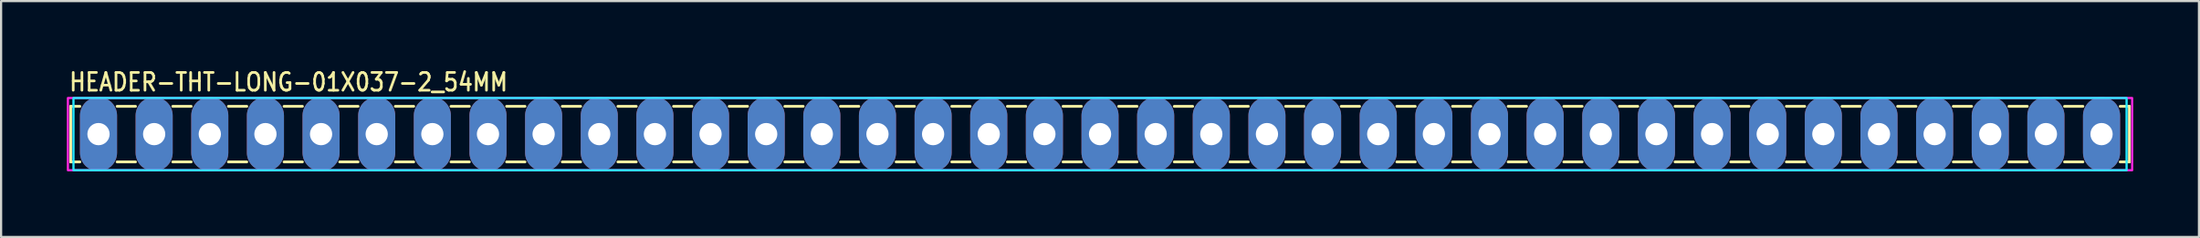
<source format=kicad_pcb>
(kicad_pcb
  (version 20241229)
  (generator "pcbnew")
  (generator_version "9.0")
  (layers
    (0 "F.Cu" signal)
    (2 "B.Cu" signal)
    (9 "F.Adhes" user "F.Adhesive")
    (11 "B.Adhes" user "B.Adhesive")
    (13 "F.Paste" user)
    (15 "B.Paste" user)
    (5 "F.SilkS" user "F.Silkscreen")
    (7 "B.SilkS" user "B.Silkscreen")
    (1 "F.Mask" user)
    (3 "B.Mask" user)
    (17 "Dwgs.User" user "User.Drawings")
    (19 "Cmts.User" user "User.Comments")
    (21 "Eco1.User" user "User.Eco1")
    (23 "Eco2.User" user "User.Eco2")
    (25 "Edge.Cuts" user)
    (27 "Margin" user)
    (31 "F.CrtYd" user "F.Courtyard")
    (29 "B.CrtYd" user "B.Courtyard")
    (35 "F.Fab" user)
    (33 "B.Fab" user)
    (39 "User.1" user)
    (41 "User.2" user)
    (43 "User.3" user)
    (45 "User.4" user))
  (footprint "HEADER-THT-LONG-01X037-2_54MM"
    (layer "F.Cu")
    (at 1.447 3.079)
    (property "Reference" "HEADER-THT-LONG-01X037-2_54MM" (at -1.4 -1.9 0) (unlocked yes) (layer "F.SilkS") (effects (font (size 0.813 0.695) (thickness 0.122)) (justify left bottom)))
    (fp_line (start -1.27 -1.27) (end -1.27 1.27) (stroke (width 0.127) (type solid)) (layer "F.SilkS"))
    (fp_line (start -1.27 1.27) (end -0.85 1.27) (stroke (width 0.127) (type solid)) (layer "F.SilkS"))
    (fp_line (start -0.85 -1.27) (end -1.27 -1.27) (stroke (width 0.127) (type solid)) (layer "F.SilkS"))
    (fp_line (start 0.85 -1.27) (end 1.69 -1.27) (stroke (width 0.127) (type solid)) (layer "F.SilkS"))
    (fp_line (start 0.85 1.27) (end 1.69 1.27) (stroke (width 0.127) (type solid)) (layer "F.SilkS"))
    (fp_line (start 3.39 -1.27) (end 4.23 -1.27) (stroke (width 0.127) (type solid)) (layer "F.SilkS"))
    (fp_line (start 3.39 1.27) (end 4.23 1.27) (stroke (width 0.127) (type solid)) (layer "F.SilkS"))
    (fp_line (start 5.93 -1.27) (end 6.77 -1.27) (stroke (width 0.127) (type solid)) (layer "F.SilkS"))
    (fp_line (start 5.93 1.27) (end 6.77 1.27) (stroke (width 0.127) (type solid)) (layer "F.SilkS"))
    (fp_line (start 8.47 -1.27) (end 9.31 -1.27) (stroke (width 0.127) (type solid)) (layer "F.SilkS"))
    (fp_line (start 8.47 1.27) (end 9.31 1.27) (stroke (width 0.127) (type solid)) (layer "F.SilkS"))
    (fp_line (start 11.01 -1.27) (end 11.85 -1.27) (stroke (width 0.127) (type solid)) (layer "F.SilkS"))
    (fp_line (start 11.01 1.27) (end 11.85 1.27) (stroke (width 0.127) (type solid)) (layer "F.SilkS"))
    (fp_line (start 13.55 -1.27) (end 14.39 -1.27) (stroke (width 0.127) (type solid)) (layer "F.SilkS"))
    (fp_line (start 13.55 1.27) (end 14.39 1.27) (stroke (width 0.127) (type solid)) (layer "F.SilkS"))
    (fp_line (start 16.09 -1.27) (end 16.93 -1.27) (stroke (width 0.127) (type solid)) (layer "F.SilkS"))
    (fp_line (start 16.09 1.27) (end 16.93 1.27) (stroke (width 0.127) (type solid)) (layer "F.SilkS"))
    (fp_line (start 18.63 -1.27) (end 19.47 -1.27) (stroke (width 0.127) (type solid)) (layer "F.SilkS"))
    (fp_line (start 18.63 1.27) (end 19.47 1.27) (stroke (width 0.127) (type solid)) (layer "F.SilkS"))
    (fp_line (start 21.17 -1.27) (end 22.01 -1.27) (stroke (width 0.127) (type solid)) (layer "F.SilkS"))
    (fp_line (start 21.17 1.27) (end 22.01 1.27) (stroke (width 0.127) (type solid)) (layer "F.SilkS"))
    (fp_line (start 23.71 -1.27) (end 24.55 -1.27) (stroke (width 0.127) (type solid)) (layer "F.SilkS"))
    (fp_line (start 23.71 1.27) (end 24.55 1.27) (stroke (width 0.127) (type solid)) (layer "F.SilkS"))
    (fp_line (start 26.25 -1.27) (end 27.09 -1.27) (stroke (width 0.127) (type solid)) (layer "F.SilkS"))
    (fp_line (start 26.25 1.27) (end 27.09 1.27) (stroke (width 0.127) (type solid)) (layer "F.SilkS"))
    (fp_line (start 28.79 -1.27) (end 29.63 -1.27) (stroke (width 0.127) (type solid)) (layer "F.SilkS"))
    (fp_line (start 28.79 1.27) (end 29.63 1.27) (stroke (width 0.127) (type solid)) (layer "F.SilkS"))
    (fp_line (start 31.33 -1.27) (end 32.17 -1.27) (stroke (width 0.127) (type solid)) (layer "F.SilkS"))
    (fp_line (start 31.33 1.27) (end 32.17 1.27) (stroke (width 0.127) (type solid)) (layer "F.SilkS"))
    (fp_line (start 33.87 -1.27) (end 34.71 -1.27) (stroke (width 0.127) (type solid)) (layer "F.SilkS"))
    (fp_line (start 33.87 1.27) (end 34.71 1.27) (stroke (width 0.127) (type solid)) (layer "F.SilkS"))
    (fp_line (start 36.41 -1.27) (end 37.25 -1.27) (stroke (width 0.127) (type solid)) (layer "F.SilkS"))
    (fp_line (start 36.41 1.27) (end 37.25 1.27) (stroke (width 0.127) (type solid)) (layer "F.SilkS"))
    (fp_line (start 38.95 -1.27) (end 39.79 -1.27) (stroke (width 0.127) (type solid)) (layer "F.SilkS"))
    (fp_line (start 38.95 1.27) (end 39.79 1.27) (stroke (width 0.127) (type solid)) (layer "F.SilkS"))
    (fp_line (start 41.49 -1.27) (end 42.33 -1.27) (stroke (width 0.127) (type solid)) (layer "F.SilkS"))
    (fp_line (start 41.49 1.27) (end 42.33 1.27) (stroke (width 0.127) (type solid)) (layer "F.SilkS"))
    (fp_line (start 44.03 -1.27) (end 44.87 -1.27) (stroke (width 0.127) (type solid)) (layer "F.SilkS"))
    (fp_line (start 44.03 1.27) (end 44.87 1.27) (stroke (width 0.127) (type solid)) (layer "F.SilkS"))
    (fp_line (start 46.57 -1.27) (end 47.41 -1.27) (stroke (width 0.127) (type solid)) (layer "F.SilkS"))
    (fp_line (start 46.57 1.27) (end 47.41 1.27) (stroke (width 0.127) (type solid)) (layer "F.SilkS"))
    (fp_line (start 49.11 -1.27) (end 49.95 -1.27) (stroke (width 0.127) (type solid)) (layer "F.SilkS"))
    (fp_line (start 49.11 1.27) (end 49.95 1.27) (stroke (width 0.127) (type solid)) (layer "F.SilkS"))
    (fp_line (start 51.65 -1.27) (end 52.49 -1.27) (stroke (width 0.127) (type solid)) (layer "F.SilkS"))
    (fp_line (start 51.65 1.27) (end 52.49 1.27) (stroke (width 0.127) (type solid)) (layer "F.SilkS"))
    (fp_line (start 54.19 -1.27) (end 55.03 -1.27) (stroke (width 0.127) (type solid)) (layer "F.SilkS"))
    (fp_line (start 54.19 1.27) (end 55.03 1.27) (stroke (width 0.127) (type solid)) (layer "F.SilkS"))
    (fp_line (start 56.73 -1.27) (end 57.57 -1.27) (stroke (width 0.127) (type solid)) (layer "F.SilkS"))
    (fp_line (start 56.73 1.27) (end 57.57 1.27) (stroke (width 0.127) (type solid)) (layer "F.SilkS"))
    (fp_line (start 59.27 -1.27) (end 60.11 -1.27) (stroke (width 0.127) (type solid)) (layer "F.SilkS"))
    (fp_line (start 59.27 1.27) (end 60.11 1.27) (stroke (width 0.127) (type solid)) (layer "F.SilkS"))
    (fp_line (start 61.81 -1.27) (end 62.65 -1.27) (stroke (width 0.127) (type solid)) (layer "F.SilkS"))
    (fp_line (start 61.81 1.27) (end 62.65 1.27) (stroke (width 0.127) (type solid)) (layer "F.SilkS"))
    (fp_line (start 64.35 -1.27) (end 65.19 -1.27) (stroke (width 0.127) (type solid)) (layer "F.SilkS"))
    (fp_line (start 64.35 1.27) (end 65.19 1.27) (stroke (width 0.127) (type solid)) (layer "F.SilkS"))
    (fp_line (start 66.89 -1.27) (end 67.73 -1.27) (stroke (width 0.127) (type solid)) (layer "F.SilkS"))
    (fp_line (start 66.89 1.27) (end 67.73 1.27) (stroke (width 0.127) (type solid)) (layer "F.SilkS"))
    (fp_line (start 69.43 -1.27) (end 70.27 -1.27) (stroke (width 0.127) (type solid)) (layer "F.SilkS"))
    (fp_line (start 69.43 1.27) (end 70.27 1.27) (stroke (width 0.127) (type solid)) (layer "F.SilkS"))
    (fp_line (start 71.97 -1.27) (end 72.81 -1.27) (stroke (width 0.127) (type solid)) (layer "F.SilkS"))
    (fp_line (start 71.97 1.27) (end 72.81 1.27) (stroke (width 0.127) (type solid)) (layer "F.SilkS"))
    (fp_line (start 74.51 -1.27) (end 75.35 -1.27) (stroke (width 0.127) (type solid)) (layer "F.SilkS"))
    (fp_line (start 74.51 1.27) (end 75.35 1.27) (stroke (width 0.127) (type solid)) (layer "F.SilkS"))
    (fp_line (start 77.05 -1.27) (end 77.89 -1.27) (stroke (width 0.127) (type solid)) (layer "F.SilkS"))
    (fp_line (start 77.05 1.27) (end 77.89 1.27) (stroke (width 0.127) (type solid)) (layer "F.SilkS"))
    (fp_line (start 79.59 -1.27) (end 80.43 -1.27) (stroke (width 0.127) (type solid)) (layer "F.SilkS"))
    (fp_line (start 79.59 1.27) (end 80.43 1.27) (stroke (width 0.127) (type solid)) (layer "F.SilkS"))
    (fp_line (start 82.13 -1.27) (end 82.97 -1.27) (stroke (width 0.127) (type solid)) (layer "F.SilkS"))
    (fp_line (start 82.13 1.27) (end 82.97 1.27) (stroke (width 0.127) (type solid)) (layer "F.SilkS"))
    (fp_line (start 84.67 -1.27) (end 85.51 -1.27) (stroke (width 0.127) (type solid)) (layer "F.SilkS"))
    (fp_line (start 84.67 1.27) (end 85.51 1.27) (stroke (width 0.127) (type solid)) (layer "F.SilkS"))
    (fp_line (start 87.21 -1.27) (end 88.05 -1.27) (stroke (width 0.127) (type solid)) (layer "F.SilkS"))
    (fp_line (start 87.21 1.27) (end 88.05 1.27) (stroke (width 0.127) (type solid)) (layer "F.SilkS"))
    (fp_line (start 89.75 -1.27) (end 90.59 -1.27) (stroke (width 0.127) (type solid)) (layer "F.SilkS"))
    (fp_line (start 89.75 1.27) (end 90.59 1.27) (stroke (width 0.127) (type solid)) (layer "F.SilkS"))
    (fp_line (start 92.29 -1.27) (end 92.71 -1.27) (stroke (width 0.127) (type solid)) (layer "F.SilkS"))
    (fp_line (start 92.71 -1.27) (end 92.71 1.27) (stroke (width 0.127) (type solid)) (layer "F.SilkS"))
    (fp_line (start 92.71 1.27) (end 92.29 1.27) (stroke (width 0.127) (type solid)) (layer "F.SilkS"))
    (fp_poly (pts (xy -1.143 -1.651) (xy 92.583 -1.651) (xy 92.583 1.651) (xy -1.143 1.651)) (stroke (width 0.1) (type solid)) (fill no) (layer "B.CrtYd"))
    (fp_poly (pts (xy -1.397 -1.651) (xy 92.837 -1.651) (xy 92.837 1.651) (xy -1.397 1.651)) (stroke (width 0.1) (type solid)) (fill no) (layer "F.CrtYd"))
    (pad "P$1" thru_hole oval (at 0 0 90) (size 3.387 1.693) (drill 1.016) (layers "*.Cu" "*.Mask"))
    (pad "P$2" thru_hole oval (at 2.54 0 90) (size 3.387 1.693) (drill 1.016) (layers "*.Cu" "*.Mask"))
    (pad "P$3" thru_hole oval (at 5.08 0 90) (size 3.387 1.693) (drill 1.016) (layers "*.Cu" "*.Mask"))
    (pad "P$4" thru_hole oval (at 7.62 0 90) (size 3.387 1.693) (drill 1.016) (layers "*.Cu" "*.Mask"))
    (pad "P$5" thru_hole oval (at 10.16 0 90) (size 3.387 1.693) (drill 1.016) (layers "*.Cu" "*.Mask"))
    (pad "P$6" thru_hole oval (at 12.7 0 90) (size 3.387 1.693) (drill 1.016) (layers "*.Cu" "*.Mask"))
    (pad "P$7" thru_hole oval (at 15.24 0 90) (size 3.387 1.693) (drill 1.016) (layers "*.Cu" "*.Mask"))
    (pad "P$8" thru_hole oval (at 17.78 0 90) (size 3.387 1.693) (drill 1.016) (layers "*.Cu" "*.Mask"))
    (pad "P$9" thru_hole oval (at 20.32 0 90) (size 3.387 1.693) (drill 1.016) (layers "*.Cu" "*.Mask"))
    (pad "P$10" thru_hole oval (at 22.86 0 90) (size 3.387 1.693) (drill 1.016) (layers "*.Cu" "*.Mask"))
    (pad "P$11" thru_hole oval (at 25.4 0 90) (size 3.387 1.693) (drill 1.016) (layers "*.Cu" "*.Mask"))
    (pad "P$12" thru_hole oval (at 27.94 0 90) (size 3.387 1.693) (drill 1.016) (layers "*.Cu" "*.Mask"))
    (pad "P$13" thru_hole oval (at 30.48 0 90) (size 3.387 1.693) (drill 1.016) (layers "*.Cu" "*.Mask"))
    (pad "P$14" thru_hole oval (at 33.02 0 90) (size 3.387 1.693) (drill 1.016) (layers "*.Cu" "*.Mask"))
    (pad "P$15" thru_hole oval (at 35.56 0 90) (size 3.387 1.693) (drill 1.016) (layers "*.Cu" "*.Mask"))
    (pad "P$16" thru_hole oval (at 38.1 0 90) (size 3.387 1.693) (drill 1.016) (layers "*.Cu" "*.Mask"))
    (pad "P$17" thru_hole oval (at 40.64 0 90) (size 3.387 1.693) (drill 1.016) (layers "*.Cu" "*.Mask"))
    (pad "P$18" thru_hole oval (at 43.18 0 90) (size 3.387 1.693) (drill 1.016) (layers "*.Cu" "*.Mask"))
    (pad "P$19" thru_hole oval (at 45.72 0 90) (size 3.387 1.693) (drill 1.016) (layers "*.Cu" "*.Mask"))
    (pad "P$20" thru_hole oval (at 48.26 0 90) (size 3.387 1.693) (drill 1.016) (layers "*.Cu" "*.Mask"))
    (pad "P$21" thru_hole oval (at 50.8 0 90) (size 3.387 1.693) (drill 1.016) (layers "*.Cu" "*.Mask"))
    (pad "P$22" thru_hole oval (at 53.34 0 90) (size 3.387 1.693) (drill 1.016) (layers "*.Cu" "*.Mask"))
    (pad "P$23" thru_hole oval (at 55.88 0 90) (size 3.387 1.693) (drill 1.016) (layers "*.Cu" "*.Mask"))
    (pad "P$24" thru_hole oval (at 58.42 0 90) (size 3.387 1.693) (drill 1.016) (layers "*.Cu" "*.Mask"))
    (pad "P$25" thru_hole oval (at 60.96 0 90) (size 3.387 1.693) (drill 1.016) (layers "*.Cu" "*.Mask"))
    (pad "P$26" thru_hole oval (at 63.5 0 90) (size 3.387 1.693) (drill 1.016) (layers "*.Cu" "*.Mask"))
    (pad "P$27" thru_hole oval (at 66.04 0 90) (size 3.387 1.693) (drill 1.016) (layers "*.Cu" "*.Mask"))
    (pad "P$28" thru_hole oval (at 68.58 0 90) (size 3.387 1.693) (drill 1.016) (layers "*.Cu" "*.Mask"))
    (pad "P$29" thru_hole oval (at 71.12 0 90) (size 3.387 1.693) (drill 1.016) (layers "*.Cu" "*.Mask"))
    (pad "P$30" thru_hole oval (at 73.66 0 90) (size 3.387 1.693) (drill 1.016) (layers "*.Cu" "*.Mask"))
    (pad "P$31" thru_hole oval (at 76.2 0 90) (size 3.387 1.693) (drill 1.016) (layers "*.Cu" "*.Mask"))
    (pad "P$32" thru_hole oval (at 78.74 0 90) (size 3.387 1.693) (drill 1.016) (layers "*.Cu" "*.Mask"))
    (pad "P$33" thru_hole oval (at 81.28 0 90) (size 3.387 1.693) (drill 1.016) (layers "*.Cu" "*.Mask"))
    (pad "P$34" thru_hole oval (at 83.82 0 90) (size 3.387 1.693) (drill 1.016) (layers "*.Cu" "*.Mask"))
    (pad "P$35" thru_hole oval (at 86.36 0 90) (size 3.387 1.693) (drill 1.016) (layers "*.Cu" "*.Mask"))
    (pad "P$36" thru_hole oval (at 88.9 0 90) (size 3.387 1.693) (drill 1.016) (layers "*.Cu" "*.Mask"))
    (pad "P$37" thru_hole oval (at 91.44 0 90) (size 3.387 1.693) (drill 1.016) (layers "*.Cu" "*.Mask")))
  (gr_rect
    (start -3 -3)
    (end 97.334 7.78)
    (stroke (width 0.1) (type default))
    (fill no)
    (layer "Edge.Cuts")))
</source>
